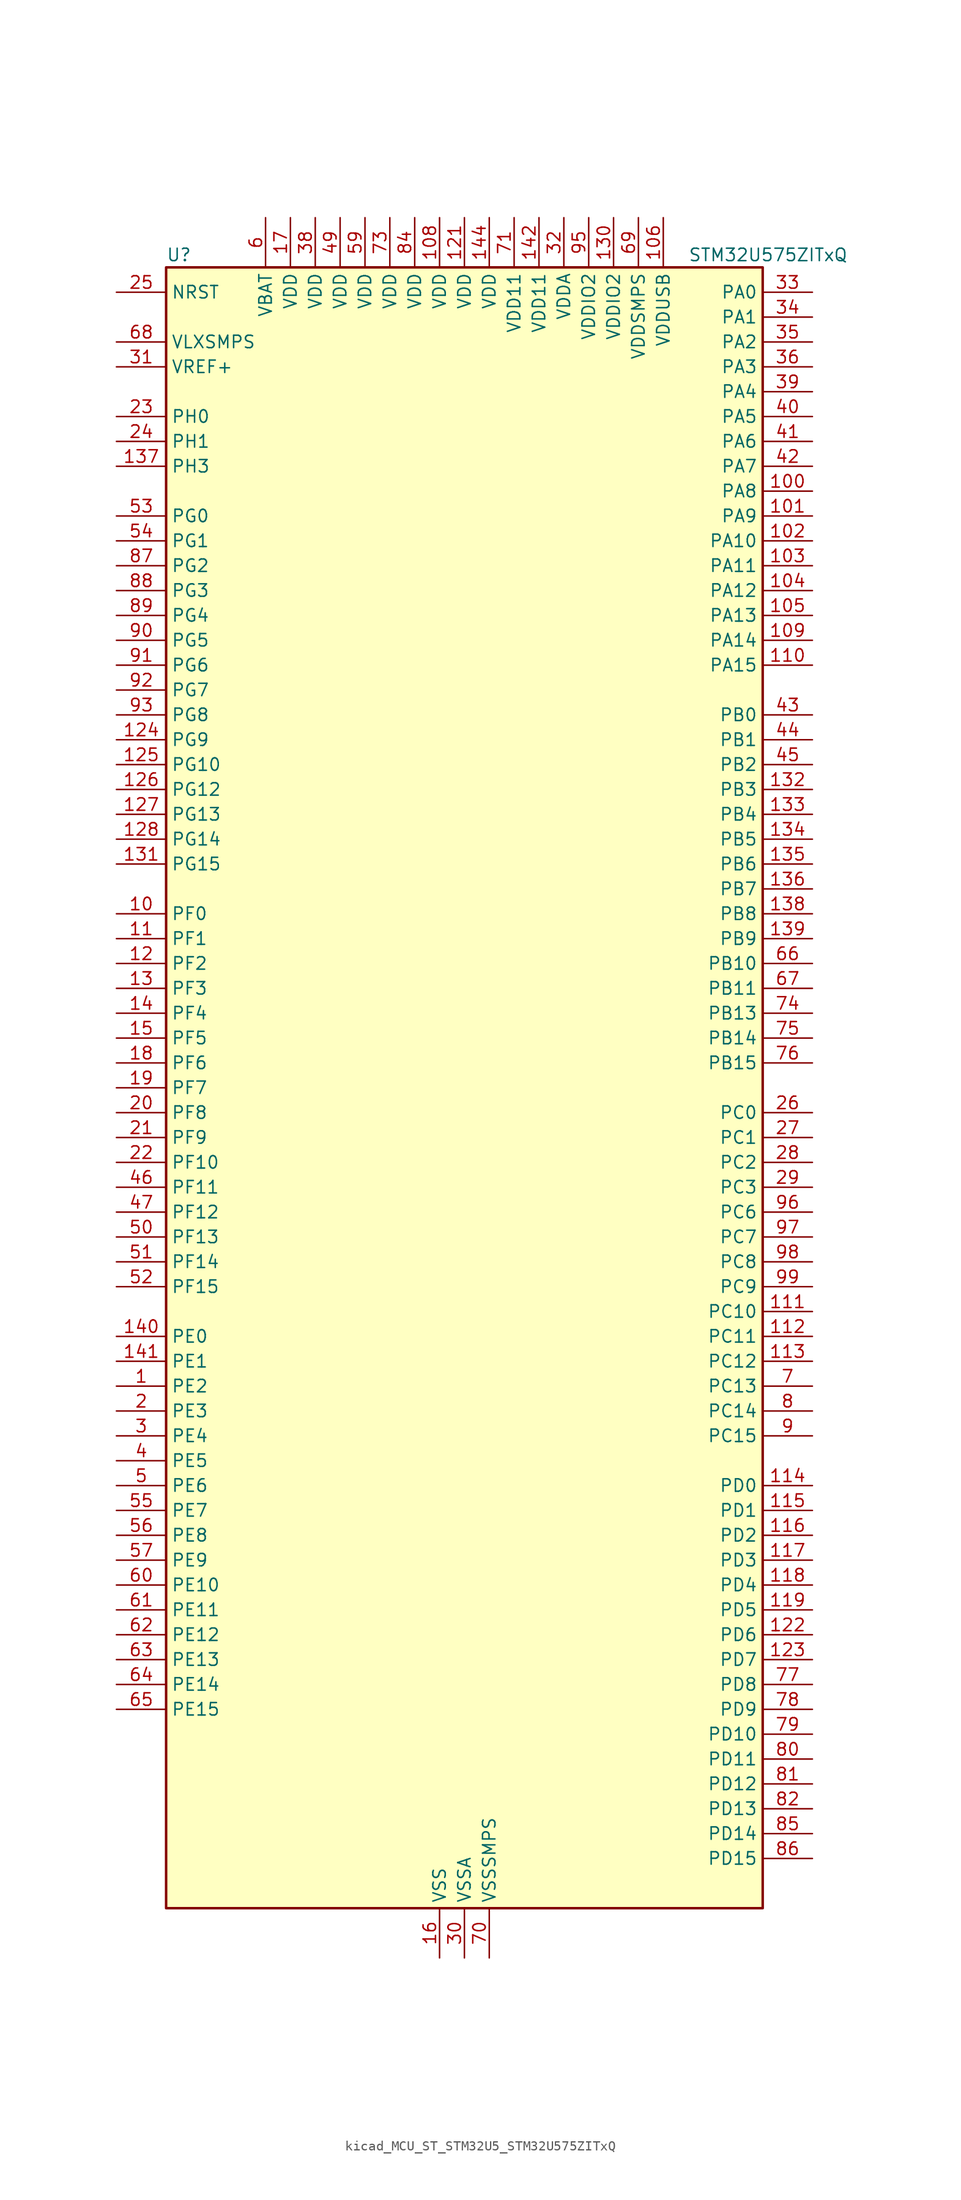
<source format=kicad_sym>
(kicad_symbol_lib
  (version 20220914)
  (generator kicad_symbol_editor)
  (symbol "kicad_MCU_ST_STM32U5_STM32U575ZITxQ"
    (property "Reference" "U"
      (at -30.48 85.09 0)
      (effects (font (size 1.27 1.27)) (justify left)))
    (property "Value" "STM32U575ZITxQ"
      (at 22.86 85.09 0)
      (effects (font (size 1.27 1.27)) (justify left)))
    (property "ki_locked" ""
      (at 0 0 0)
      (effects (font (size 1.27 1.27))))
    (symbol "kicad_MCU_ST_STM32U5_STM32U575ZITxQ_0_1"
      (rectangle (start -30.48 -83.82) (end 30.48 83.82) (stroke (width 0.254) (type default)) (fill (type background))))
    (symbol "kicad_MCU_ST_STM32U5_STM32U575ZITxQ_1_1"
      (pin bidirectional line (at -35.56 -30.48 0) (length 5.08) (name "PE2" (effects (font (size 1.27 1.27)))) (number "1" (effects (font (size 1.27 1.27)))) (alternate "DEBUG_TRACECLK" bidirectional line) (alternate "FMC_A23" bidirectional line) (alternate "SAI1_CK1" bidirectional line) (alternate "SAI1_MCLK_A" bidirectional line) (alternate "TIM3_ETR" bidirectional line) (alternate "TSC_G7_IO1" bidirectional line))
      (pin bidirectional line (at -35.56 17.78 0) (length 5.08) (name "PF0" (effects (font (size 1.27 1.27)))) (number "10" (effects (font (size 1.27 1.27)))) (alternate "FMC_A0" bidirectional line) (alternate "I2C2_SDA" bidirectional line) (alternate "OCTOSPIM_P2_IO0" bidirectional line))
      (pin bidirectional line (at 35.56 60.96 180) (length 5.08) (name "PA8" (effects (font (size 1.27 1.27)))) (number "100" (effects (font (size 1.27 1.27)))) (alternate "DEBUG_TRACECLK" bidirectional line) (alternate "LPTIM2_CH1" bidirectional line) (alternate "RCC_MCO" bidirectional line) (alternate "SAI1_CK2" bidirectional line) (alternate "SAI1_SCK_A" bidirectional line) (alternate "SPI1_RDY" bidirectional line) (alternate "TIM1_CH1" bidirectional line) (alternate "USART1_CK" bidirectional line) (alternate "USB_OTG_FS_SOF" bidirectional line))
      (pin bidirectional line (at 35.56 58.42 180) (length 5.08) (name "PA9" (effects (font (size 1.27 1.27)))) (number "101" (effects (font (size 1.27 1.27)))) (alternate "DAC1_EXTI9" bidirectional line) (alternate "DCMI_D0" bidirectional line) (alternate "PSSI_D0" bidirectional line) (alternate "SAI1_FS_A" bidirectional line) (alternate "SPI2_SCK" bidirectional line) (alternate "TIM15_BKIN" bidirectional line) (alternate "TIM1_CH2" bidirectional line) (alternate "USART1_TX" bidirectional line) (alternate "USB_OTG_FS_VBUS" bidirectional line))
      (pin bidirectional line (at 35.56 55.88 180) (length 5.08) (name "PA10" (effects (font (size 1.27 1.27)))) (number "102" (effects (font (size 1.27 1.27)))) (alternate "CRS_SYNC" bidirectional line) (alternate "DCMI_D1" bidirectional line) (alternate "LPTIM2_IN2" bidirectional line) (alternate "PSSI_D1" bidirectional line) (alternate "SAI1_D1" bidirectional line) (alternate "SAI1_SD_A" bidirectional line) (alternate "TIM17_BKIN" bidirectional line) (alternate "TIM1_CH3" bidirectional line) (alternate "USART1_RX" bidirectional line) (alternate "USB_OTG_FS_ID" bidirectional line))
      (pin bidirectional line (at 35.56 53.34 180) (length 5.08) (name "PA11" (effects (font (size 1.27 1.27)))) (number "103" (effects (font (size 1.27 1.27)))) (alternate "ADC1_EXTI11" bidirectional line) (alternate "FDCAN1_RX" bidirectional line) (alternate "SPI1_MISO" bidirectional line) (alternate "TIM1_BKIN2" bidirectional line) (alternate "TIM1_CH4" bidirectional line) (alternate "USART1_CTS" bidirectional line) (alternate "USB_OTG_FS_DM" bidirectional line))
      (pin bidirectional line (at 35.56 50.8 180) (length 5.08) (name "PA12" (effects (font (size 1.27 1.27)))) (number "104" (effects (font (size 1.27 1.27)))) (alternate "FDCAN1_TX" bidirectional line) (alternate "OCTOSPIM_P2_NCS" bidirectional line) (alternate "SPI1_MOSI" bidirectional line) (alternate "TIM1_ETR" bidirectional line) (alternate "USART1_DE" bidirectional line) (alternate "USART1_RTS" bidirectional line) (alternate "USB_OTG_FS_DP" bidirectional line))
      (pin bidirectional line (at 35.56 48.26 180) (length 5.08) (name "PA13" (effects (font (size 1.27 1.27)))) (number "105" (effects (font (size 1.27 1.27)))) (alternate "DEBUG_JTMS-SWDIO" bidirectional line) (alternate "IR_OUT" bidirectional line) (alternate "SAI1_SD_B" bidirectional line) (alternate "USB_OTG_FS_NOE" bidirectional line))
      (pin power_in line (at 20.32 88.9 270) (length 5.08) (name "VDDUSB" (effects (font (size 1.27 1.27)))) (number "106" (effects (font (size 1.27 1.27)))))
      (pin passive line (at -2.54 -88.9 90) (length 5.08) hide (name "VSS" (effects (font (size 1.27 1.27)))) (number "107" (effects (font (size 1.27 1.27)))))
      (pin power_in line (at -2.54 88.9 270) (length 5.08) (name "VDD" (effects (font (size 1.27 1.27)))) (number "108" (effects (font (size 1.27 1.27)))))
      (pin bidirectional line (at 35.56 45.72 180) (length 5.08) (name "PA14" (effects (font (size 1.27 1.27)))) (number "109" (effects (font (size 1.27 1.27)))) (alternate "DEBUG_JTCK-SWCLK" bidirectional line) (alternate "I2C1_SMBA" bidirectional line) (alternate "I2C4_SMBA" bidirectional line) (alternate "LPTIM1_CH1" bidirectional line) (alternate "SAI1_FS_B" bidirectional line) (alternate "USB_OTG_FS_SOF" bidirectional line))
      (pin bidirectional line (at -35.56 15.24 0) (length 5.08) (name "PF1" (effects (font (size 1.27 1.27)))) (number "11" (effects (font (size 1.27 1.27)))) (alternate "FMC_A1" bidirectional line) (alternate "I2C2_SCL" bidirectional line) (alternate "OCTOSPIM_P2_IO1" bidirectional line))
      (pin bidirectional line (at 35.56 43.18 180) (length 5.08) (name "PA15" (effects (font (size 1.27 1.27)))) (number "110" (effects (font (size 1.27 1.27)))) (alternate "ADC1_EXTI15" bidirectional line) (alternate "ADC4_EXTI15" bidirectional line) (alternate "DEBUG_JTDI" bidirectional line) (alternate "SAI2_FS_B" bidirectional line) (alternate "SPI1_NSS" bidirectional line) (alternate "SPI3_NSS" bidirectional line) (alternate "TIM2_CH1" bidirectional line) (alternate "TIM2_ETR" bidirectional line) (alternate "UART4_DE" bidirectional line) (alternate "UART4_RTS" bidirectional line) (alternate "UCPD1_CC1" bidirectional line) (alternate "USART2_RX" bidirectional line) (alternate "USART3_DE" bidirectional line) (alternate "USART3_RTS" bidirectional line))
      (pin bidirectional line (at 35.56 -22.86 180) (length 5.08) (name "PC10" (effects (font (size 1.27 1.27)))) (number "111" (effects (font (size 1.27 1.27)))) (alternate "ADF1_CCK1" bidirectional line) (alternate "DCMI_D8" bidirectional line) (alternate "DEBUG_TRACED1" bidirectional line) (alternate "LPTIM3_ETR" bidirectional line) (alternate "PSSI_D8" bidirectional line) (alternate "SAI2_SCK_B" bidirectional line) (alternate "SDMMC1_D2" bidirectional line) (alternate "SPI3_SCK" bidirectional line) (alternate "TSC_G3_IO2" bidirectional line) (alternate "UART4_TX" bidirectional line) (alternate "USART3_TX" bidirectional line))
      (pin bidirectional line (at 35.56 -25.4 180) (length 5.08) (name "PC11" (effects (font (size 1.27 1.27)))) (number "112" (effects (font (size 1.27 1.27)))) (alternate "ADC1_EXTI11" bidirectional line) (alternate "ADF1_SDI0" bidirectional line) (alternate "DCMI_D2" bidirectional line) (alternate "DCMI_D4" bidirectional line) (alternate "LPTIM3_IN1" bidirectional line) (alternate "OCTOSPIM_P1_NCS" bidirectional line) (alternate "PSSI_D2" bidirectional line) (alternate "PSSI_D4" bidirectional line) (alternate "SAI2_MCLK_B" bidirectional line) (alternate "SDMMC1_D3" bidirectional line) (alternate "SPI3_MISO" bidirectional line) (alternate "TSC_G3_IO3" bidirectional line) (alternate "UART4_RX" bidirectional line) (alternate "UCPD1_FRSTX2" bidirectional line) (alternate "USART3_RX" bidirectional line))
      (pin bidirectional line (at 35.56 -27.94 180) (length 5.08) (name "PC12" (effects (font (size 1.27 1.27)))) (number "113" (effects (font (size 1.27 1.27)))) (alternate "DCMI_D9" bidirectional line) (alternate "DEBUG_TRACED3" bidirectional line) (alternate "PSSI_D9" bidirectional line) (alternate "SAI2_SD_B" bidirectional line) (alternate "SDMMC1_CK" bidirectional line) (alternate "SPI3_MOSI" bidirectional line) (alternate "TSC_G3_IO4" bidirectional line) (alternate "UART5_TX" bidirectional line) (alternate "USART3_CK" bidirectional line))
      (pin bidirectional line (at 35.56 -40.64 180) (length 5.08) (name "PD0" (effects (font (size 1.27 1.27)))) (number "114" (effects (font (size 1.27 1.27)))) (alternate "FDCAN1_RX" bidirectional line) (alternate "FMC_D2" bidirectional line) (alternate "FMC_DA2" bidirectional line) (alternate "SPI2_NSS" bidirectional line) (alternate "TIM8_CH4N" bidirectional line))
      (pin bidirectional line (at 35.56 -43.18 180) (length 5.08) (name "PD1" (effects (font (size 1.27 1.27)))) (number "115" (effects (font (size 1.27 1.27)))) (alternate "FDCAN1_TX" bidirectional line) (alternate "FMC_D3" bidirectional line) (alternate "FMC_DA3" bidirectional line) (alternate "SPI2_SCK" bidirectional line))
      (pin bidirectional line (at 35.56 -45.72 180) (length 5.08) (name "PD2" (effects (font (size 1.27 1.27)))) (number "116" (effects (font (size 1.27 1.27)))) (alternate "DCMI_D11" bidirectional line) (alternate "DEBUG_TRACED2" bidirectional line) (alternate "LPTIM4_ETR" bidirectional line) (alternate "PSSI_D11" bidirectional line) (alternate "SDMMC1_CMD" bidirectional line) (alternate "TIM3_ETR" bidirectional line) (alternate "TSC_SYNC" bidirectional line) (alternate "UART5_RX" bidirectional line) (alternate "USART3_DE" bidirectional line) (alternate "USART3_RTS" bidirectional line))
      (pin bidirectional line (at 35.56 -48.26 180) (length 5.08) (name "PD3" (effects (font (size 1.27 1.27)))) (number "117" (effects (font (size 1.27 1.27)))) (alternate "DCMI_D5" bidirectional line) (alternate "FMC_CLK" bidirectional line) (alternate "MDF1_SDI0" bidirectional line) (alternate "OCTOSPIM_P2_NCS" bidirectional line) (alternate "PSSI_D5" bidirectional line) (alternate "SPI2_MISO" bidirectional line) (alternate "SPI2_SCK" bidirectional line) (alternate "USART2_CTS" bidirectional line))
      (pin bidirectional line (at 35.56 -50.8 180) (length 5.08) (name "PD4" (effects (font (size 1.27 1.27)))) (number "118" (effects (font (size 1.27 1.27)))) (alternate "FMC_NOE" bidirectional line) (alternate "MDF1_CKI0" bidirectional line) (alternate "OCTOSPIM_P1_IO4" bidirectional line) (alternate "SPI2_MOSI" bidirectional line) (alternate "USART2_DE" bidirectional line) (alternate "USART2_RTS" bidirectional line))
      (pin bidirectional line (at 35.56 -53.34 180) (length 5.08) (name "PD5" (effects (font (size 1.27 1.27)))) (number "119" (effects (font (size 1.27 1.27)))) (alternate "FMC_NWE" bidirectional line) (alternate "OCTOSPIM_P1_IO5" bidirectional line) (alternate "SPI2_RDY" bidirectional line) (alternate "USART2_TX" bidirectional line))
      (pin bidirectional line (at -35.56 12.7 0) (length 5.08) (name "PF2" (effects (font (size 1.27 1.27)))) (number "12" (effects (font (size 1.27 1.27)))) (alternate "FMC_A2" bidirectional line) (alternate "I2C2_SMBA" bidirectional line) (alternate "LPTIM3_CH2" bidirectional line) (alternate "OCTOSPIM_P2_IO2" bidirectional line) (alternate "PWR_WKUP8" bidirectional line))
      (pin passive line (at -2.54 -88.9 90) (length 5.08) hide (name "VSS" (effects (font (size 1.27 1.27)))) (number "120" (effects (font (size 1.27 1.27)))))
      (pin power_in line (at 0 88.9 270) (length 5.08) (name "VDD" (effects (font (size 1.27 1.27)))) (number "121" (effects (font (size 1.27 1.27)))))
      (pin bidirectional line (at 35.56 -55.88 180) (length 5.08) (name "PD6" (effects (font (size 1.27 1.27)))) (number "122" (effects (font (size 1.27 1.27)))) (alternate "DCMI_D10" bidirectional line) (alternate "FMC_NWAIT" bidirectional line) (alternate "MDF1_SDI1" bidirectional line) (alternate "OCTOSPIM_P1_IO6" bidirectional line) (alternate "PSSI_D10" bidirectional line) (alternate "SAI1_D1" bidirectional line) (alternate "SAI1_SD_A" bidirectional line) (alternate "SDMMC2_CK" bidirectional line) (alternate "SPI3_MOSI" bidirectional line) (alternate "USART2_RX" bidirectional line))
      (pin bidirectional line (at 35.56 -58.42 180) (length 5.08) (name "PD7" (effects (font (size 1.27 1.27)))) (number "123" (effects (font (size 1.27 1.27)))) (alternate "FMC_NCE" bidirectional line) (alternate "FMC_NE1" bidirectional line) (alternate "LPTIM4_OUT" bidirectional line) (alternate "MDF1_CKI1" bidirectional line) (alternate "OCTOSPIM_P1_IO7" bidirectional line) (alternate "SDMMC2_CMD" bidirectional line) (alternate "USART2_CK" bidirectional line))
      (pin bidirectional line (at -35.56 35.56 0) (length 5.08) (name "PG9" (effects (font (size 1.27 1.27)))) (number "124" (effects (font (size 1.27 1.27)))) (alternate "DAC1_EXTI9" bidirectional line) (alternate "FMC_NCE" bidirectional line) (alternate "FMC_NE2" bidirectional line) (alternate "OCTOSPIM_P2_IO6" bidirectional line) (alternate "SAI2_SCK_A" bidirectional line) (alternate "SPI3_SCK" bidirectional line) (alternate "TIM15_CH1N" bidirectional line) (alternate "USART1_TX" bidirectional line))
      (pin bidirectional line (at -35.56 33.02 0) (length 5.08) (name "PG10" (effects (font (size 1.27 1.27)))) (number "125" (effects (font (size 1.27 1.27)))) (alternate "FMC_NE3" bidirectional line) (alternate "LPTIM1_IN1" bidirectional line) (alternate "OCTOSPIM_P2_IO7" bidirectional line) (alternate "SAI2_FS_A" bidirectional line) (alternate "SPI3_MISO" bidirectional line) (alternate "TIM15_CH1" bidirectional line) (alternate "USART1_RX" bidirectional line))
      (pin bidirectional line (at -35.56 30.48 0) (length 5.08) (name "PG12" (effects (font (size 1.27 1.27)))) (number "126" (effects (font (size 1.27 1.27)))) (alternate "FMC_NE4" bidirectional line) (alternate "LPTIM1_ETR" bidirectional line) (alternate "OCTOSPIM_P2_NCS" bidirectional line) (alternate "SAI2_SD_A" bidirectional line) (alternate "SPI3_NSS" bidirectional line) (alternate "USART1_DE" bidirectional line) (alternate "USART1_RTS" bidirectional line))
      (pin bidirectional line (at -35.56 27.94 0) (length 5.08) (name "PG13" (effects (font (size 1.27 1.27)))) (number "127" (effects (font (size 1.27 1.27)))) (alternate "FMC_A24" bidirectional line) (alternate "I2C1_SDA" bidirectional line) (alternate "SPI3_RDY" bidirectional line) (alternate "USART1_CK" bidirectional line))
      (pin bidirectional line (at -35.56 25.4 0) (length 5.08) (name "PG14" (effects (font (size 1.27 1.27)))) (number "128" (effects (font (size 1.27 1.27)))) (alternate "FMC_A25" bidirectional line) (alternate "I2C1_SCL" bidirectional line) (alternate "LPTIM1_CH2" bidirectional line))
      (pin passive line (at -2.54 -88.9 90) (length 5.08) hide (name "VSS" (effects (font (size 1.27 1.27)))) (number "129" (effects (font (size 1.27 1.27)))))
      (pin bidirectional line (at -35.56 10.16 0) (length 5.08) (name "PF3" (effects (font (size 1.27 1.27)))) (number "13" (effects (font (size 1.27 1.27)))) (alternate "FMC_A3" bidirectional line) (alternate "LPTIM3_IN1" bidirectional line) (alternate "OCTOSPIM_P2_IO3" bidirectional line))
      (pin power_in line (at 15.24 88.9 270) (length 5.08) (name "VDDIO2" (effects (font (size 1.27 1.27)))) (number "130" (effects (font (size 1.27 1.27)))))
      (pin bidirectional line (at -35.56 22.86 0) (length 5.08) (name "PG15" (effects (font (size 1.27 1.27)))) (number "131" (effects (font (size 1.27 1.27)))) (alternate "ADC1_EXTI15" bidirectional line) (alternate "ADC4_EXTI15" bidirectional line) (alternate "DCMI_D13" bidirectional line) (alternate "I2C1_SMBA" bidirectional line) (alternate "LPTIM1_CH1" bidirectional line) (alternate "OCTOSPIM_P2_DQS" bidirectional line) (alternate "PSSI_D13" bidirectional line))
      (pin bidirectional line (at 35.56 30.48 180) (length 5.08) (name "PB3" (effects (font (size 1.27 1.27)))) (number "132" (effects (font (size 1.27 1.27)))) (alternate "ADF1_CCK0" bidirectional line) (alternate "COMP2_INM" bidirectional line) (alternate "CRS_SYNC" bidirectional line) (alternate "DEBUG_JTDO-SWO" bidirectional line) (alternate "I2C1_SDA" bidirectional line) (alternate "LPTIM1_CH1" bidirectional line) (alternate "SAI1_SCK_B" bidirectional line) (alternate "SDMMC2_D2" bidirectional line) (alternate "SPI1_SCK" bidirectional line) (alternate "SPI3_SCK" bidirectional line) (alternate "TIM2_CH2" bidirectional line) (alternate "USART1_DE" bidirectional line) (alternate "USART1_RTS" bidirectional line))
      (pin bidirectional line (at 35.56 27.94 180) (length 5.08) (name "PB4" (effects (font (size 1.27 1.27)))) (number "133" (effects (font (size 1.27 1.27)))) (alternate "ADF1_SDI0" bidirectional line) (alternate "COMP2_INP" bidirectional line) (alternate "DCMI_D12" bidirectional line) (alternate "DEBUG_JTRST" bidirectional line) (alternate "I2C3_SDA" bidirectional line) (alternate "LPTIM1_CH2" bidirectional line) (alternate "PSSI_D12" bidirectional line) (alternate "SAI1_MCLK_B" bidirectional line) (alternate "SDMMC2_D3" bidirectional line) (alternate "SPI1_MISO" bidirectional line) (alternate "SPI3_MISO" bidirectional line) (alternate "TIM17_BKIN" bidirectional line) (alternate "TIM3_CH1" bidirectional line) (alternate "TSC_G2_IO1" bidirectional line) (alternate "UART5_DE" bidirectional line) (alternate "UART5_RTS" bidirectional line) (alternate "USART1_CTS" bidirectional line))
      (pin bidirectional line (at 35.56 25.4 180) (length 5.08) (name "PB5" (effects (font (size 1.27 1.27)))) (number "134" (effects (font (size 1.27 1.27)))) (alternate "COMP2_OUT" bidirectional line) (alternate "DCMI_D10" bidirectional line) (alternate "I2C1_SMBA" bidirectional line) (alternate "LPTIM1_IN1" bidirectional line) (alternate "OCTOSPIM_P1_NCLK" bidirectional line) (alternate "PSSI_D10" bidirectional line) (alternate "PWR_WKUP6" bidirectional line) (alternate "SAI1_SD_B" bidirectional line) (alternate "SPI1_MOSI" bidirectional line) (alternate "SPI3_MOSI" bidirectional line) (alternate "TIM16_BKIN" bidirectional line) (alternate "TIM3_CH2" bidirectional line) (alternate "TSC_G2_IO2" bidirectional line) (alternate "UART5_CTS" bidirectional line) (alternate "UCPD1_DBCC1" bidirectional line) (alternate "USART1_CK" bidirectional line))
      (pin bidirectional line (at 35.56 22.86 180) (length 5.08) (name "PB6" (effects (font (size 1.27 1.27)))) (number "135" (effects (font (size 1.27 1.27)))) (alternate "COMP2_INP" bidirectional line) (alternate "DCMI_D5" bidirectional line) (alternate "I2C1_SCL" bidirectional line) (alternate "I2C4_SCL" bidirectional line) (alternate "LPTIM1_ETR" bidirectional line) (alternate "MDF1_SDI5" bidirectional line) (alternate "PSSI_D5" bidirectional line) (alternate "PWR_WKUP3" bidirectional line) (alternate "SAI1_FS_B" bidirectional line) (alternate "TIM16_CH1N" bidirectional line) (alternate "TIM4_CH1" bidirectional line) (alternate "TIM8_BKIN2" bidirectional line) (alternate "TSC_G2_IO3" bidirectional line) (alternate "USART1_TX" bidirectional line))
      (pin bidirectional line (at 35.56 20.32 180) (length 5.08) (name "PB7" (effects (font (size 1.27 1.27)))) (number "136" (effects (font (size 1.27 1.27)))) (alternate "COMP2_INM" bidirectional line) (alternate "DCMI_VSYNC" bidirectional line) (alternate "FMC_NL" bidirectional line) (alternate "I2C1_SDA" bidirectional line) (alternate "I2C4_SDA" bidirectional line) (alternate "LPTIM1_IN2" bidirectional line) (alternate "MDF1_CKI5" bidirectional line) (alternate "PSSI_RDY" bidirectional line) (alternate "PWR_PVD_IN" bidirectional line) (alternate "PWR_WKUP4" bidirectional line) (alternate "TIM17_CH1N" bidirectional line) (alternate "TIM4_CH2" bidirectional line) (alternate "TIM8_BKIN" bidirectional line) (alternate "TSC_G2_IO4" bidirectional line) (alternate "UART4_CTS" bidirectional line) (alternate "USART1_RX" bidirectional line))
      (pin bidirectional line (at -35.56 63.5 0) (length 5.08) (name "PH3" (effects (font (size 1.27 1.27)))) (number "137" (effects (font (size 1.27 1.27)))))
      (pin bidirectional line (at 35.56 17.78 180) (length 5.08) (name "PB8" (effects (font (size 1.27 1.27)))) (number "138" (effects (font (size 1.27 1.27)))) (alternate "DCMI_D6" bidirectional line) (alternate "FDCAN1_RX" bidirectional line) (alternate "I2C1_SCL" bidirectional line) (alternate "MDF1_CCK0" bidirectional line) (alternate "PSSI_D6" bidirectional line) (alternate "PWR_WKUP5" bidirectional line) (alternate "SAI1_CK1" bidirectional line) (alternate "SAI1_MCLK_A" bidirectional line) (alternate "SDMMC1_CKIN" bidirectional line) (alternate "SDMMC1_D4" bidirectional line) (alternate "SDMMC2_D4" bidirectional line) (alternate "SPI3_RDY" bidirectional line) (alternate "TIM16_CH1" bidirectional line) (alternate "TIM4_CH3" bidirectional line))
      (pin bidirectional line (at 35.56 15.24 180) (length 5.08) (name "PB9" (effects (font (size 1.27 1.27)))) (number "139" (effects (font (size 1.27 1.27)))) (alternate "DAC1_EXTI9" bidirectional line) (alternate "DCMI_D7" bidirectional line) (alternate "FDCAN1_TX" bidirectional line) (alternate "I2C1_SDA" bidirectional line) (alternate "IR_OUT" bidirectional line) (alternate "PSSI_D7" bidirectional line) (alternate "SAI1_D2" bidirectional line) (alternate "SAI1_FS_A" bidirectional line) (alternate "SDMMC1_CDIR" bidirectional line) (alternate "SDMMC1_D5" bidirectional line) (alternate "SDMMC2_D5" bidirectional line) (alternate "SPI2_NSS" bidirectional line) (alternate "TIM17_CH1" bidirectional line) (alternate "TIM4_CH4" bidirectional line))
      (pin bidirectional line (at -35.56 7.62 0) (length 5.08) (name "PF4" (effects (font (size 1.27 1.27)))) (number "14" (effects (font (size 1.27 1.27)))) (alternate "FMC_A4" bidirectional line) (alternate "LPTIM3_ETR" bidirectional line) (alternate "OCTOSPIM_P2_CLK" bidirectional line))
      (pin bidirectional line (at -35.56 -25.4 0) (length 5.08) (name "PE0" (effects (font (size 1.27 1.27)))) (number "140" (effects (font (size 1.27 1.27)))) (alternate "DCMI_D2" bidirectional line) (alternate "FMC_NBL0" bidirectional line) (alternate "PSSI_D2" bidirectional line) (alternate "TIM16_CH1" bidirectional line) (alternate "TIM4_ETR" bidirectional line))
      (pin bidirectional line (at -35.56 -27.94 0) (length 5.08) (name "PE1" (effects (font (size 1.27 1.27)))) (number "141" (effects (font (size 1.27 1.27)))) (alternate "DCMI_D3" bidirectional line) (alternate "FMC_NBL1" bidirectional line) (alternate "PSSI_D3" bidirectional line) (alternate "TIM17_CH1" bidirectional line))
      (pin power_in line (at 7.62 88.9 270) (length 5.08) (name "VDD11" (effects (font (size 1.27 1.27)))) (number "142" (effects (font (size 1.27 1.27)))))
      (pin passive line (at -2.54 -88.9 90) (length 5.08) hide (name "VSS" (effects (font (size 1.27 1.27)))) (number "143" (effects (font (size 1.27 1.27)))))
      (pin power_in line (at 2.54 88.9 270) (length 5.08) (name "VDD" (effects (font (size 1.27 1.27)))) (number "144" (effects (font (size 1.27 1.27)))))
      (pin bidirectional line (at -35.56 5.08 0) (length 5.08) (name "PF5" (effects (font (size 1.27 1.27)))) (number "15" (effects (font (size 1.27 1.27)))) (alternate "FMC_A5" bidirectional line) (alternate "LPTIM3_CH1" bidirectional line) (alternate "OCTOSPIM_P2_NCLK" bidirectional line))
      (pin power_in line (at -2.54 -88.9 90) (length 5.08) (name "VSS" (effects (font (size 1.27 1.27)))) (number "16" (effects (font (size 1.27 1.27)))))
      (pin power_in line (at -17.78 88.9 270) (length 5.08) (name "VDD" (effects (font (size 1.27 1.27)))) (number "17" (effects (font (size 1.27 1.27)))))
      (pin bidirectional line (at -35.56 2.54 0) (length 5.08) (name "PF6" (effects (font (size 1.27 1.27)))) (number "18" (effects (font (size 1.27 1.27)))) (alternate "DCMI_D12" bidirectional line) (alternate "OCTOSPIM_P1_IO3" bidirectional line) (alternate "OCTOSPIM_P2_NCS" bidirectional line) (alternate "PSSI_D12" bidirectional line) (alternate "SAI1_SD_B" bidirectional line) (alternate "TIM5_CH1" bidirectional line) (alternate "TIM5_ETR" bidirectional line))
      (pin bidirectional line (at -35.56 0 0) (length 5.08) (name "PF7" (effects (font (size 1.27 1.27)))) (number "19" (effects (font (size 1.27 1.27)))) (alternate "FDCAN1_RX" bidirectional line) (alternate "OCTOSPIM_P1_IO2" bidirectional line) (alternate "SAI1_MCLK_B" bidirectional line) (alternate "TIM5_CH2" bidirectional line))
      (pin bidirectional line (at -35.56 -33.02 0) (length 5.08) (name "PE3" (effects (font (size 1.27 1.27)))) (number "2" (effects (font (size 1.27 1.27)))) (alternate "DEBUG_TRACED0" bidirectional line) (alternate "FMC_A19" bidirectional line) (alternate "OCTOSPIM_P1_DQS" bidirectional line) (alternate "SAI1_SD_B" bidirectional line) (alternate "TAMP_IN6" bidirectional line) (alternate "TAMP_OUT3" bidirectional line) (alternate "TIM3_CH1" bidirectional line) (alternate "TSC_G7_IO2" bidirectional line))
      (pin bidirectional line (at -35.56 -2.54 0) (length 5.08) (name "PF8" (effects (font (size 1.27 1.27)))) (number "20" (effects (font (size 1.27 1.27)))) (alternate "FDCAN1_TX" bidirectional line) (alternate "OCTOSPIM_P1_IO0" bidirectional line) (alternate "PSSI_D14" bidirectional line) (alternate "SAI1_SCK_B" bidirectional line) (alternate "TIM5_CH3" bidirectional line))
      (pin bidirectional line (at -35.56 -5.08 0) (length 5.08) (name "PF9" (effects (font (size 1.27 1.27)))) (number "21" (effects (font (size 1.27 1.27)))) (alternate "DAC1_EXTI9" bidirectional line) (alternate "OCTOSPIM_P1_IO1" bidirectional line) (alternate "PSSI_D15" bidirectional line) (alternate "SAI1_FS_B" bidirectional line) (alternate "TIM15_CH1" bidirectional line) (alternate "TIM5_CH4" bidirectional line))
      (pin bidirectional line (at -35.56 -7.62 0) (length 5.08) (name "PF10" (effects (font (size 1.27 1.27)))) (number "22" (effects (font (size 1.27 1.27)))) (alternate "DCMI_D11" bidirectional line) (alternate "MDF1_CCK1" bidirectional line) (alternate "OCTOSPIM_P1_CLK" bidirectional line) (alternate "PSSI_D11" bidirectional line) (alternate "PSSI_D15" bidirectional line) (alternate "SAI1_D3" bidirectional line) (alternate "TIM15_CH2" bidirectional line))
      (pin bidirectional line (at -35.56 68.58 0) (length 5.08) (name "PH0" (effects (font (size 1.27 1.27)))) (number "23" (effects (font (size 1.27 1.27)))) (alternate "RCC_OSC_IN" bidirectional line))
      (pin bidirectional line (at -35.56 66.04 0) (length 5.08) (name "PH1" (effects (font (size 1.27 1.27)))) (number "24" (effects (font (size 1.27 1.27)))) (alternate "RCC_OSC_OUT" bidirectional line))
      (pin input line (at -35.56 81.28 0) (length 5.08) (name "NRST" (effects (font (size 1.27 1.27)))) (number "25" (effects (font (size 1.27 1.27)))))
      (pin bidirectional line (at 35.56 -2.54 180) (length 5.08) (name "PC0" (effects (font (size 1.27 1.27)))) (number "26" (effects (font (size 1.27 1.27)))) (alternate "ADC1_IN1" bidirectional line) (alternate "ADC4_IN1" bidirectional line) (alternate "I2C3_SCL" bidirectional line) (alternate "LPTIM1_IN1" bidirectional line) (alternate "LPTIM2_IN1" bidirectional line) (alternate "LPUART1_RX" bidirectional line) (alternate "MDF1_SDI4" bidirectional line) (alternate "OCTOSPIM_P1_IO7" bidirectional line) (alternate "SAI2_FS_A" bidirectional line) (alternate "SDMMC1_D5" bidirectional line) (alternate "SPI2_RDY" bidirectional line))
      (pin bidirectional line (at 35.56 -5.08 180) (length 5.08) (name "PC1" (effects (font (size 1.27 1.27)))) (number "27" (effects (font (size 1.27 1.27)))) (alternate "ADC1_IN2" bidirectional line) (alternate "ADC4_IN2" bidirectional line) (alternate "DEBUG_TRACED0" bidirectional line) (alternate "I2C3_SDA" bidirectional line) (alternate "LPTIM1_CH1" bidirectional line) (alternate "LPUART1_TX" bidirectional line) (alternate "MDF1_CKI4" bidirectional line) (alternate "OCTOSPIM_P1_IO4" bidirectional line) (alternate "SAI1_SD_A" bidirectional line) (alternate "SDMMC2_CK" bidirectional line) (alternate "SPI2_MOSI" bidirectional line))
      (pin bidirectional line (at 35.56 -7.62 180) (length 5.08) (name "PC2" (effects (font (size 1.27 1.27)))) (number "28" (effects (font (size 1.27 1.27)))) (alternate "ADC1_IN3" bidirectional line) (alternate "ADC4_IN3" bidirectional line) (alternate "LPTIM1_IN2" bidirectional line) (alternate "MDF1_CCK1" bidirectional line) (alternate "OCTOSPIM_P1_IO5" bidirectional line) (alternate "SPI2_MISO" bidirectional line))
      (pin bidirectional line (at 35.56 -10.16 180) (length 5.08) (name "PC3" (effects (font (size 1.27 1.27)))) (number "29" (effects (font (size 1.27 1.27)))) (alternate "ADC1_IN4" bidirectional line) (alternate "ADC4_IN4" bidirectional line) (alternate "LPTIM1_ETR" bidirectional line) (alternate "LPTIM2_ETR" bidirectional line) (alternate "LPTIM3_CH1" bidirectional line) (alternate "OCTOSPIM_P1_IO6" bidirectional line) (alternate "SAI1_D1" bidirectional line) (alternate "SAI1_SD_A" bidirectional line) (alternate "SPI2_MOSI" bidirectional line))
      (pin bidirectional line (at -35.56 -35.56 0) (length 5.08) (name "PE4" (effects (font (size 1.27 1.27)))) (number "3" (effects (font (size 1.27 1.27)))) (alternate "DCMI_D4" bidirectional line) (alternate "DEBUG_TRACED1" bidirectional line) (alternate "FMC_A20" bidirectional line) (alternate "MDF1_SDI3" bidirectional line) (alternate "PSSI_D4" bidirectional line) (alternate "PWR_WKUP1" bidirectional line) (alternate "SAI1_D2" bidirectional line) (alternate "SAI1_FS_A" bidirectional line) (alternate "TAMP_IN7" bidirectional line) (alternate "TAMP_OUT8" bidirectional line) (alternate "TIM3_CH2" bidirectional line) (alternate "TSC_G7_IO3" bidirectional line))
      (pin power_in line (at 0 -88.9 90) (length 5.08) (name "VSSA" (effects (font (size 1.27 1.27)))) (number "30" (effects (font (size 1.27 1.27)))))
      (pin input line (at -35.56 73.66 0) (length 5.08) (name "VREF+" (effects (font (size 1.27 1.27)))) (number "31" (effects (font (size 1.27 1.27)))) (alternate "VREFBUF_OUT" bidirectional line))
      (pin power_in line (at 10.16 88.9 270) (length 5.08) (name "VDDA" (effects (font (size 1.27 1.27)))) (number "32" (effects (font (size 1.27 1.27)))))
      (pin bidirectional line (at 35.56 81.28 180) (length 5.08) (name "PA0" (effects (font (size 1.27 1.27)))) (number "33" (effects (font (size 1.27 1.27)))) (alternate "ADC1_IN5" bidirectional line) (alternate "AUDIOCLK" bidirectional line) (alternate "OCTOSPIM_P2_NCS" bidirectional line) (alternate "OPAMP1_VINP" bidirectional line) (alternate "PWR_WKUP1" bidirectional line) (alternate "SDMMC2_CMD" bidirectional line) (alternate "SPI3_RDY" bidirectional line) (alternate "TAMP_IN2" bidirectional line) (alternate "TAMP_OUT1" bidirectional line) (alternate "TIM2_CH1" bidirectional line) (alternate "TIM2_ETR" bidirectional line) (alternate "TIM5_CH1" bidirectional line) (alternate "TIM8_ETR" bidirectional line) (alternate "UART4_TX" bidirectional line) (alternate "USART2_CTS" bidirectional line))
      (pin bidirectional line (at 35.56 78.74 180) (length 5.08) (name "PA1" (effects (font (size 1.27 1.27)))) (number "34" (effects (font (size 1.27 1.27)))) (alternate "ADC1_IN6" bidirectional line) (alternate "I2C1_SMBA" bidirectional line) (alternate "LPTIM1_CH2" bidirectional line) (alternate "OCTOSPIM_P1_DQS" bidirectional line) (alternate "OPAMP1_VINM" bidirectional line) (alternate "PWR_WKUP3" bidirectional line) (alternate "SPI1_SCK" bidirectional line) (alternate "TAMP_IN5" bidirectional line) (alternate "TAMP_OUT4" bidirectional line) (alternate "TIM15_CH1N" bidirectional line) (alternate "TIM2_CH2" bidirectional line) (alternate "TIM5_CH2" bidirectional line) (alternate "UART4_RX" bidirectional line) (alternate "USART2_DE" bidirectional line) (alternate "USART2_RTS" bidirectional line))
      (pin bidirectional line (at 35.56 76.2 180) (length 5.08) (name "PA2" (effects (font (size 1.27 1.27)))) (number "35" (effects (font (size 1.27 1.27)))) (alternate "ADC1_IN7" bidirectional line) (alternate "COMP1_INP" bidirectional line) (alternate "LPUART1_TX" bidirectional line) (alternate "OCTOSPIM_P1_NCS" bidirectional line) (alternate "PWR_WKUP4" bidirectional line) (alternate "RCC_LSCO" bidirectional line) (alternate "SPI1_RDY" bidirectional line) (alternate "TIM15_CH1" bidirectional line) (alternate "TIM2_CH3" bidirectional line) (alternate "TIM5_CH3" bidirectional line) (alternate "UCPD1_FRSTX1" bidirectional line) (alternate "USART2_TX" bidirectional line))
      (pin bidirectional line (at 35.56 73.66 180) (length 5.08) (name "PA3" (effects (font (size 1.27 1.27)))) (number "36" (effects (font (size 1.27 1.27)))) (alternate "ADC1_IN8" bidirectional line) (alternate "LPUART1_RX" bidirectional line) (alternate "OCTOSPIM_P1_CLK" bidirectional line) (alternate "OPAMP1_VOUT" bidirectional line) (alternate "PWR_WKUP5" bidirectional line) (alternate "SAI1_CK1" bidirectional line) (alternate "SAI1_MCLK_A" bidirectional line) (alternate "TIM15_CH2" bidirectional line) (alternate "TIM2_CH4" bidirectional line) (alternate "TIM5_CH4" bidirectional line) (alternate "USART2_RX" bidirectional line))
      (pin passive line (at -2.54 -88.9 90) (length 5.08) hide (name "VSS" (effects (font (size 1.27 1.27)))) (number "37" (effects (font (size 1.27 1.27)))))
      (pin power_in line (at -15.24 88.9 270) (length 5.08) (name "VDD" (effects (font (size 1.27 1.27)))) (number "38" (effects (font (size 1.27 1.27)))))
      (pin bidirectional line (at 35.56 71.12 180) (length 5.08) (name "PA4" (effects (font (size 1.27 1.27)))) (number "39" (effects (font (size 1.27 1.27)))) (alternate "ADC1_IN9" bidirectional line) (alternate "ADC4_IN9" bidirectional line) (alternate "DAC1_OUT1" bidirectional line) (alternate "DCMI_HSYNC" bidirectional line) (alternate "LPTIM2_CH1" bidirectional line) (alternate "OCTOSPIM_P1_NCS" bidirectional line) (alternate "PSSI_DE" bidirectional line) (alternate "PWR_WKUP2" bidirectional line) (alternate "SAI1_FS_B" bidirectional line) (alternate "SPI1_NSS" bidirectional line) (alternate "SPI3_NSS" bidirectional line) (alternate "USART2_CK" bidirectional line))
      (pin bidirectional line (at -35.56 -38.1 0) (length 5.08) (name "PE5" (effects (font (size 1.27 1.27)))) (number "4" (effects (font (size 1.27 1.27)))) (alternate "DCMI_D6" bidirectional line) (alternate "DEBUG_TRACED2" bidirectional line) (alternate "FMC_A21" bidirectional line) (alternate "MDF1_CKI3" bidirectional line) (alternate "PSSI_D6" bidirectional line) (alternate "PWR_WKUP2" bidirectional line) (alternate "SAI1_CK2" bidirectional line) (alternate "SAI1_SCK_A" bidirectional line) (alternate "TAMP_IN8" bidirectional line) (alternate "TAMP_OUT7" bidirectional line) (alternate "TIM3_CH3" bidirectional line) (alternate "TSC_G7_IO4" bidirectional line))
      (pin bidirectional line (at 35.56 68.58 180) (length 5.08) (name "PA5" (effects (font (size 1.27 1.27)))) (number "40" (effects (font (size 1.27 1.27)))) (alternate "ADC1_IN10" bidirectional line) (alternate "ADC4_IN10" bidirectional line) (alternate "DAC1_OUT2" bidirectional line) (alternate "LPTIM2_ETR" bidirectional line) (alternate "PSSI_D14" bidirectional line) (alternate "PWR_CSLEEP" bidirectional line) (alternate "PWR_WKUP6" bidirectional line) (alternate "SPI1_SCK" bidirectional line) (alternate "TIM2_CH1" bidirectional line) (alternate "TIM2_ETR" bidirectional line) (alternate "TIM8_CH1N" bidirectional line) (alternate "USART3_RX" bidirectional line))
      (pin bidirectional line (at 35.56 66.04 180) (length 5.08) (name "PA6" (effects (font (size 1.27 1.27)))) (number "41" (effects (font (size 1.27 1.27)))) (alternate "ADC1_IN11" bidirectional line) (alternate "ADC4_IN11" bidirectional line) (alternate "DCMI_PIXCLK" bidirectional line) (alternate "LPUART1_CTS" bidirectional line) (alternate "OCTOSPIM_P1_IO3" bidirectional line) (alternate "OPAMP2_VINP" bidirectional line) (alternate "PSSI_PDCK" bidirectional line) (alternate "PWR_CDSTOP" bidirectional line) (alternate "PWR_WKUP7" bidirectional line) (alternate "SPI1_MISO" bidirectional line) (alternate "TIM16_CH1" bidirectional line) (alternate "TIM1_BKIN" bidirectional line) (alternate "TIM3_CH1" bidirectional line) (alternate "TIM8_BKIN" bidirectional line) (alternate "USART3_CTS" bidirectional line))
      (pin bidirectional line (at 35.56 63.5 180) (length 5.08) (name "PA7" (effects (font (size 1.27 1.27)))) (number "42" (effects (font (size 1.27 1.27)))) (alternate "ADC1_IN12" bidirectional line) (alternate "ADC4_IN20" bidirectional line) (alternate "I2C3_SCL" bidirectional line) (alternate "LPTIM2_CH2" bidirectional line) (alternate "OCTOSPIM_P1_IO2" bidirectional line) (alternate "OPAMP2_VINM" bidirectional line) (alternate "PWR_SRDSTOP" bidirectional line) (alternate "PWR_WKUP8" bidirectional line) (alternate "SPI1_MOSI" bidirectional line) (alternate "TIM17_CH1" bidirectional line) (alternate "TIM1_CH1N" bidirectional line) (alternate "TIM3_CH2" bidirectional line) (alternate "TIM8_CH1N" bidirectional line) (alternate "USART3_TX" bidirectional line))
      (pin bidirectional line (at 35.56 38.1 180) (length 5.08) (name "PB0" (effects (font (size 1.27 1.27)))) (number "43" (effects (font (size 1.27 1.27)))) (alternate "ADC1_IN15" bidirectional line) (alternate "ADC4_IN18" bidirectional line) (alternate "AUDIOCLK" bidirectional line) (alternate "COMP1_OUT" bidirectional line) (alternate "LPTIM3_CH1" bidirectional line) (alternate "OCTOSPIM_P1_IO1" bidirectional line) (alternate "OPAMP2_VOUT" bidirectional line) (alternate "SPI1_NSS" bidirectional line) (alternate "TIM1_CH2N" bidirectional line) (alternate "TIM3_CH3" bidirectional line) (alternate "TIM8_CH2N" bidirectional line) (alternate "USART3_CK" bidirectional line))
      (pin bidirectional line (at 35.56 35.56 180) (length 5.08) (name "PB1" (effects (font (size 1.27 1.27)))) (number "44" (effects (font (size 1.27 1.27)))) (alternate "ADC1_IN16" bidirectional line) (alternate "ADC4_IN19" bidirectional line) (alternate "COMP1_INM" bidirectional line) (alternate "LPTIM2_IN1" bidirectional line) (alternate "LPTIM3_CH2" bidirectional line) (alternate "LPUART1_DE" bidirectional line) (alternate "LPUART1_RTS" bidirectional line) (alternate "MDF1_SDI0" bidirectional line) (alternate "OCTOSPIM_P1_IO0" bidirectional line) (alternate "PWR_WKUP4" bidirectional line) (alternate "TIM1_CH3N" bidirectional line) (alternate "TIM3_CH4" bidirectional line) (alternate "TIM8_CH3N" bidirectional line) (alternate "USART3_DE" bidirectional line) (alternate "USART3_RTS" bidirectional line))
      (pin bidirectional line (at 35.56 33.02 180) (length 5.08) (name "PB2" (effects (font (size 1.27 1.27)))) (number "45" (effects (font (size 1.27 1.27)))) (alternate "ADC1_IN17" bidirectional line) (alternate "COMP1_INP" bidirectional line) (alternate "I2C3_SMBA" bidirectional line) (alternate "LPTIM1_CH1" bidirectional line) (alternate "MDF1_CKI0" bidirectional line) (alternate "OCTOSPIM_P1_DQS" bidirectional line) (alternate "PWR_WKUP1" bidirectional line) (alternate "RTC_OUT2" bidirectional line) (alternate "SPI1_RDY" bidirectional line) (alternate "TIM8_CH4N" bidirectional line) (alternate "UCPD1_FRSTX1" bidirectional line))
      (pin bidirectional line (at -35.56 -10.16 0) (length 5.08) (name "PF11" (effects (font (size 1.27 1.27)))) (number "46" (effects (font (size 1.27 1.27)))) (alternate "ADC1_EXTI11" bidirectional line) (alternate "DCMI_D12" bidirectional line) (alternate "LPTIM4_IN1" bidirectional line) (alternate "OCTOSPIM_P1_NCLK" bidirectional line) (alternate "PSSI_D12" bidirectional line))
      (pin bidirectional line (at -35.56 -12.7 0) (length 5.08) (name "PF12" (effects (font (size 1.27 1.27)))) (number "47" (effects (font (size 1.27 1.27)))) (alternate "FMC_A6" bidirectional line) (alternate "LPTIM4_ETR" bidirectional line) (alternate "OCTOSPIM_P2_DQS" bidirectional line))
      (pin passive line (at -2.54 -88.9 90) (length 5.08) hide (name "VSS" (effects (font (size 1.27 1.27)))) (number "48" (effects (font (size 1.27 1.27)))))
      (pin power_in line (at -12.7 88.9 270) (length 5.08) (name "VDD" (effects (font (size 1.27 1.27)))) (number "49" (effects (font (size 1.27 1.27)))))
      (pin bidirectional line (at -35.56 -40.64 0) (length 5.08) (name "PE6" (effects (font (size 1.27 1.27)))) (number "5" (effects (font (size 1.27 1.27)))) (alternate "DCMI_D7" bidirectional line) (alternate "DEBUG_TRACED3" bidirectional line) (alternate "FMC_A22" bidirectional line) (alternate "PSSI_D7" bidirectional line) (alternate "PWR_WKUP3" bidirectional line) (alternate "SAI1_D1" bidirectional line) (alternate "SAI1_SD_A" bidirectional line) (alternate "TAMP_IN3" bidirectional line) (alternate "TAMP_OUT6" bidirectional line) (alternate "TIM3_CH4" bidirectional line))
      (pin bidirectional line (at -35.56 -15.24 0) (length 5.08) (name "PF13" (effects (font (size 1.27 1.27)))) (number "50" (effects (font (size 1.27 1.27)))) (alternate "FMC_A7" bidirectional line) (alternate "I2C4_SMBA" bidirectional line) (alternate "LPTIM4_OUT" bidirectional line) (alternate "UCPD1_FRSTX2" bidirectional line))
      (pin bidirectional line (at -35.56 -17.78 0) (length 5.08) (name "PF14" (effects (font (size 1.27 1.27)))) (number "51" (effects (font (size 1.27 1.27)))) (alternate "ADC4_IN5" bidirectional line) (alternate "FMC_A8" bidirectional line) (alternate "I2C4_SCL" bidirectional line) (alternate "TSC_G8_IO1" bidirectional line))
      (pin bidirectional line (at -35.56 -20.32 0) (length 5.08) (name "PF15" (effects (font (size 1.27 1.27)))) (number "52" (effects (font (size 1.27 1.27)))) (alternate "ADC1_EXTI15" bidirectional line) (alternate "ADC4_EXTI15" bidirectional line) (alternate "ADC4_IN6" bidirectional line) (alternate "FMC_A9" bidirectional line) (alternate "I2C4_SDA" bidirectional line) (alternate "TSC_G8_IO2" bidirectional line))
      (pin bidirectional line (at -35.56 58.42 0) (length 5.08) (name "PG0" (effects (font (size 1.27 1.27)))) (number "53" (effects (font (size 1.27 1.27)))) (alternate "ADC4_IN7" bidirectional line) (alternate "FMC_A10" bidirectional line) (alternate "OCTOSPIM_P2_IO4" bidirectional line) (alternate "TSC_G8_IO3" bidirectional line))
      (pin bidirectional line (at -35.56 55.88 0) (length 5.08) (name "PG1" (effects (font (size 1.27 1.27)))) (number "54" (effects (font (size 1.27 1.27)))) (alternate "ADC4_IN8" bidirectional line) (alternate "FMC_A11" bidirectional line) (alternate "OCTOSPIM_P2_IO5" bidirectional line) (alternate "TSC_G8_IO4" bidirectional line))
      (pin bidirectional line (at -35.56 -43.18 0) (length 5.08) (name "PE7" (effects (font (size 1.27 1.27)))) (number "55" (effects (font (size 1.27 1.27)))) (alternate "FMC_D4" bidirectional line) (alternate "FMC_DA4" bidirectional line) (alternate "MDF1_SDI2" bidirectional line) (alternate "PWR_WKUP6" bidirectional line) (alternate "SAI1_SD_B" bidirectional line) (alternate "TIM1_ETR" bidirectional line))
      (pin bidirectional line (at -35.56 -45.72 0) (length 5.08) (name "PE8" (effects (font (size 1.27 1.27)))) (number "56" (effects (font (size 1.27 1.27)))) (alternate "FMC_D5" bidirectional line) (alternate "FMC_DA5" bidirectional line) (alternate "MDF1_CKI2" bidirectional line) (alternate "PWR_WKUP7" bidirectional line) (alternate "SAI1_SCK_B" bidirectional line) (alternate "TIM1_CH1N" bidirectional line))
      (pin bidirectional line (at -35.56 -48.26 0) (length 5.08) (name "PE9" (effects (font (size 1.27 1.27)))) (number "57" (effects (font (size 1.27 1.27)))) (alternate "ADF1_CCK0" bidirectional line) (alternate "DAC1_EXTI9" bidirectional line) (alternate "FMC_D6" bidirectional line) (alternate "FMC_DA6" bidirectional line) (alternate "MDF1_CCK0" bidirectional line) (alternate "OCTOSPIM_P1_NCLK" bidirectional line) (alternate "SAI1_FS_B" bidirectional line) (alternate "TIM1_CH1" bidirectional line))
      (pin passive line (at -2.54 -88.9 90) (length 5.08) hide (name "VSS" (effects (font (size 1.27 1.27)))) (number "58" (effects (font (size 1.27 1.27)))))
      (pin power_in line (at -10.16 88.9 270) (length 5.08) (name "VDD" (effects (font (size 1.27 1.27)))) (number "59" (effects (font (size 1.27 1.27)))))
      (pin power_in line (at -20.32 88.9 270) (length 5.08) (name "VBAT" (effects (font (size 1.27 1.27)))) (number "6" (effects (font (size 1.27 1.27)))))
      (pin bidirectional line (at -35.56 -50.8 0) (length 5.08) (name "PE10" (effects (font (size 1.27 1.27)))) (number "60" (effects (font (size 1.27 1.27)))) (alternate "ADF1_SDI0" bidirectional line) (alternate "FMC_D7" bidirectional line) (alternate "FMC_DA7" bidirectional line) (alternate "MDF1_SDI4" bidirectional line) (alternate "OCTOSPIM_P1_CLK" bidirectional line) (alternate "SAI1_MCLK_B" bidirectional line) (alternate "TIM1_CH2N" bidirectional line) (alternate "TSC_G5_IO1" bidirectional line))
      (pin bidirectional line (at -35.56 -53.34 0) (length 5.08) (name "PE11" (effects (font (size 1.27 1.27)))) (number "61" (effects (font (size 1.27 1.27)))) (alternate "ADC1_EXTI11" bidirectional line) (alternate "FMC_D8" bidirectional line) (alternate "FMC_DA8" bidirectional line) (alternate "MDF1_CKI4" bidirectional line) (alternate "OCTOSPIM_P1_NCS" bidirectional line) (alternate "SPI1_RDY" bidirectional line) (alternate "TIM1_CH2" bidirectional line) (alternate "TSC_G5_IO2" bidirectional line))
      (pin bidirectional line (at -35.56 -55.88 0) (length 5.08) (name "PE12" (effects (font (size 1.27 1.27)))) (number "62" (effects (font (size 1.27 1.27)))) (alternate "FMC_D9" bidirectional line) (alternate "FMC_DA9" bidirectional line) (alternate "MDF1_SDI5" bidirectional line) (alternate "OCTOSPIM_P1_IO0" bidirectional line) (alternate "SPI1_NSS" bidirectional line) (alternate "TIM1_CH3N" bidirectional line) (alternate "TSC_G5_IO3" bidirectional line))
      (pin bidirectional line (at -35.56 -58.42 0) (length 5.08) (name "PE13" (effects (font (size 1.27 1.27)))) (number "63" (effects (font (size 1.27 1.27)))) (alternate "FMC_D10" bidirectional line) (alternate "FMC_DA10" bidirectional line) (alternate "MDF1_CKI5" bidirectional line) (alternate "OCTOSPIM_P1_IO1" bidirectional line) (alternate "SPI1_SCK" bidirectional line) (alternate "TIM1_CH3" bidirectional line) (alternate "TSC_G5_IO4" bidirectional line))
      (pin bidirectional line (at -35.56 -60.96 0) (length 5.08) (name "PE14" (effects (font (size 1.27 1.27)))) (number "64" (effects (font (size 1.27 1.27)))) (alternate "FMC_D11" bidirectional line) (alternate "FMC_DA11" bidirectional line) (alternate "OCTOSPIM_P1_IO2" bidirectional line) (alternate "SPI1_MISO" bidirectional line) (alternate "TIM1_BKIN2" bidirectional line) (alternate "TIM1_CH4" bidirectional line))
      (pin bidirectional line (at -35.56 -63.5 0) (length 5.08) (name "PE15" (effects (font (size 1.27 1.27)))) (number "65" (effects (font (size 1.27 1.27)))) (alternate "ADC1_EXTI15" bidirectional line) (alternate "ADC4_EXTI15" bidirectional line) (alternate "FMC_D12" bidirectional line) (alternate "FMC_DA12" bidirectional line) (alternate "OCTOSPIM_P1_IO3" bidirectional line) (alternate "SPI1_MOSI" bidirectional line) (alternate "TIM1_BKIN" bidirectional line) (alternate "TIM1_CH4N" bidirectional line))
      (pin bidirectional line (at 35.56 12.7 180) (length 5.08) (name "PB10" (effects (font (size 1.27 1.27)))) (number "66" (effects (font (size 1.27 1.27)))) (alternate "COMP1_OUT" bidirectional line) (alternate "I2C2_SCL" bidirectional line) (alternate "I2C4_SCL" bidirectional line) (alternate "LPTIM3_CH1" bidirectional line) (alternate "LPUART1_RX" bidirectional line) (alternate "OCTOSPIM_P1_CLK" bidirectional line) (alternate "PWR_WKUP8" bidirectional line) (alternate "SAI1_SCK_A" bidirectional line) (alternate "SPI2_SCK" bidirectional line) (alternate "TIM2_CH3" bidirectional line) (alternate "TSC_SYNC" bidirectional line) (alternate "USART3_TX" bidirectional line))
      (pin bidirectional line (at 35.56 10.16 180) (length 5.08) (name "PB11" (effects (font (size 1.27 1.27)))) (number "67" (effects (font (size 1.27 1.27)))) (alternate "ADC1_EXTI11" bidirectional line) (alternate "COMP2_OUT" bidirectional line) (alternate "I2C2_SDA" bidirectional line) (alternate "I2C4_SDA" bidirectional line) (alternate "LPUART1_TX" bidirectional line) (alternate "OCTOSPIM_P1_NCS" bidirectional line) (alternate "SPI2_RDY" bidirectional line) (alternate "TIM2_CH4" bidirectional line) (alternate "USART3_RX" bidirectional line))
      (pin power_in line (at -35.56 76.2 0) (length 5.08) (name "VLXSMPS" (effects (font (size 1.27 1.27)))) (number "68" (effects (font (size 1.27 1.27)))))
      (pin power_in line (at 17.78 88.9 270) (length 5.08) (name "VDDSMPS" (effects (font (size 1.27 1.27)))) (number "69" (effects (font (size 1.27 1.27)))))
      (pin bidirectional line (at 35.56 -30.48 180) (length 5.08) (name "PC13" (effects (font (size 1.27 1.27)))) (number "7" (effects (font (size 1.27 1.27)))) (alternate "PWR_WKUP2" bidirectional line) (alternate "RTC_OUT1" bidirectional line) (alternate "RTC_TS" bidirectional line) (alternate "TAMP_IN1" bidirectional line) (alternate "TAMP_OUT2" bidirectional line))
      (pin power_in line (at 2.54 -88.9 90) (length 5.08) (name "VSSSMPS" (effects (font (size 1.27 1.27)))) (number "70" (effects (font (size 1.27 1.27)))))
      (pin power_in line (at 5.08 88.9 270) (length 5.08) (name "VDD11" (effects (font (size 1.27 1.27)))) (number "71" (effects (font (size 1.27 1.27)))))
      (pin passive line (at -2.54 -88.9 90) (length 5.08) hide (name "VSS" (effects (font (size 1.27 1.27)))) (number "72" (effects (font (size 1.27 1.27)))))
      (pin power_in line (at -7.62 88.9 270) (length 5.08) (name "VDD" (effects (font (size 1.27 1.27)))) (number "73" (effects (font (size 1.27 1.27)))))
      (pin bidirectional line (at 35.56 7.62 180) (length 5.08) (name "PB13" (effects (font (size 1.27 1.27)))) (number "74" (effects (font (size 1.27 1.27)))) (alternate "I2C2_SCL" bidirectional line) (alternate "LPTIM3_IN1" bidirectional line) (alternate "LPUART1_CTS" bidirectional line) (alternate "MDF1_CKI1" bidirectional line) (alternate "SAI2_SCK_A" bidirectional line) (alternate "SPI2_SCK" bidirectional line) (alternate "TIM15_CH1N" bidirectional line) (alternate "TIM1_CH1N" bidirectional line) (alternate "TSC_G1_IO2" bidirectional line) (alternate "USART3_CTS" bidirectional line))
      (pin bidirectional line (at 35.56 5.08 180) (length 5.08) (name "PB14" (effects (font (size 1.27 1.27)))) (number "75" (effects (font (size 1.27 1.27)))) (alternate "I2C2_SDA" bidirectional line) (alternate "LPTIM3_ETR" bidirectional line) (alternate "MDF1_SDI2" bidirectional line) (alternate "SAI2_MCLK_A" bidirectional line) (alternate "SDMMC2_D0" bidirectional line) (alternate "SPI2_MISO" bidirectional line) (alternate "TIM15_CH1" bidirectional line) (alternate "TIM1_CH2N" bidirectional line) (alternate "TIM8_CH2N" bidirectional line) (alternate "TSC_G1_IO3" bidirectional line) (alternate "UCPD1_DBCC2" bidirectional line) (alternate "USART3_DE" bidirectional line) (alternate "USART3_RTS" bidirectional line))
      (pin bidirectional line (at 35.56 2.54 180) (length 5.08) (name "PB15" (effects (font (size 1.27 1.27)))) (number "76" (effects (font (size 1.27 1.27)))) (alternate "ADC1_EXTI15" bidirectional line) (alternate "ADC4_EXTI15" bidirectional line) (alternate "FMC_NBL1" bidirectional line) (alternate "LPTIM2_IN2" bidirectional line) (alternate "MDF1_CKI2" bidirectional line) (alternate "PWR_WKUP7" bidirectional line) (alternate "RTC_REFIN" bidirectional line) (alternate "SAI2_SD_A" bidirectional line) (alternate "SDMMC2_D1" bidirectional line) (alternate "SPI2_MOSI" bidirectional line) (alternate "TIM15_CH2" bidirectional line) (alternate "TIM1_CH3N" bidirectional line) (alternate "TIM8_CH3N" bidirectional line) (alternate "UCPD1_CC2" bidirectional line))
      (pin bidirectional line (at 35.56 -60.96 180) (length 5.08) (name "PD8" (effects (font (size 1.27 1.27)))) (number "77" (effects (font (size 1.27 1.27)))) (alternate "DCMI_HSYNC" bidirectional line) (alternate "FMC_D13" bidirectional line) (alternate "FMC_DA13" bidirectional line) (alternate "PSSI_DE" bidirectional line) (alternate "USART3_TX" bidirectional line))
      (pin bidirectional line (at 35.56 -63.5 180) (length 5.08) (name "PD9" (effects (font (size 1.27 1.27)))) (number "78" (effects (font (size 1.27 1.27)))) (alternate "DAC1_EXTI9" bidirectional line) (alternate "DCMI_PIXCLK" bidirectional line) (alternate "FMC_D14" bidirectional line) (alternate "FMC_DA14" bidirectional line) (alternate "LPTIM2_IN2" bidirectional line) (alternate "LPTIM3_IN1" bidirectional line) (alternate "PSSI_PDCK" bidirectional line) (alternate "SAI2_MCLK_A" bidirectional line) (alternate "USART3_RX" bidirectional line))
      (pin bidirectional line (at 35.56 -66.04 180) (length 5.08) (name "PD10" (effects (font (size 1.27 1.27)))) (number "79" (effects (font (size 1.27 1.27)))) (alternate "FMC_D15" bidirectional line) (alternate "FMC_DA15" bidirectional line) (alternate "LPTIM2_CH2" bidirectional line) (alternate "LPTIM3_ETR" bidirectional line) (alternate "SAI2_SCK_A" bidirectional line) (alternate "TSC_G6_IO1" bidirectional line) (alternate "USART3_CK" bidirectional line))
      (pin bidirectional line (at 35.56 -33.02 180) (length 5.08) (name "PC14" (effects (font (size 1.27 1.27)))) (number "8" (effects (font (size 1.27 1.27)))) (alternate "RCC_OSC32_IN" bidirectional line))
      (pin bidirectional line (at 35.56 -68.58 180) (length 5.08) (name "PD11" (effects (font (size 1.27 1.27)))) (number "80" (effects (font (size 1.27 1.27)))) (alternate "ADC1_EXTI11" bidirectional line) (alternate "ADC4_IN15" bidirectional line) (alternate "FMC_A16" bidirectional line) (alternate "FMC_CLE" bidirectional line) (alternate "I2C4_SMBA" bidirectional line) (alternate "LPTIM2_ETR" bidirectional line) (alternate "SAI2_SD_A" bidirectional line) (alternate "TSC_G6_IO2" bidirectional line) (alternate "USART3_CTS" bidirectional line))
      (pin bidirectional line (at 35.56 -71.12 180) (length 5.08) (name "PD12" (effects (font (size 1.27 1.27)))) (number "81" (effects (font (size 1.27 1.27)))) (alternate "ADC4_IN16" bidirectional line) (alternate "FMC_A17" bidirectional line) (alternate "FMC_ALE" bidirectional line) (alternate "I2C4_SCL" bidirectional line) (alternate "LPTIM2_IN1" bidirectional line) (alternate "SAI2_FS_A" bidirectional line) (alternate "TIM4_CH1" bidirectional line) (alternate "TSC_G6_IO3" bidirectional line) (alternate "USART3_DE" bidirectional line) (alternate "USART3_RTS" bidirectional line))
      (pin bidirectional line (at 35.56 -73.66 180) (length 5.08) (name "PD13" (effects (font (size 1.27 1.27)))) (number "82" (effects (font (size 1.27 1.27)))) (alternate "ADC4_IN17" bidirectional line) (alternate "FMC_A18" bidirectional line) (alternate "I2C4_SDA" bidirectional line) (alternate "LPTIM2_CH1" bidirectional line) (alternate "LPTIM4_IN1" bidirectional line) (alternate "TIM4_CH2" bidirectional line) (alternate "TSC_G6_IO4" bidirectional line))
      (pin passive line (at -2.54 -88.9 90) (length 5.08) hide (name "VSS" (effects (font (size 1.27 1.27)))) (number "83" (effects (font (size 1.27 1.27)))))
      (pin power_in line (at -5.08 88.9 270) (length 5.08) (name "VDD" (effects (font (size 1.27 1.27)))) (number "84" (effects (font (size 1.27 1.27)))))
      (pin bidirectional line (at 35.56 -76.2 180) (length 5.08) (name "PD14" (effects (font (size 1.27 1.27)))) (number "85" (effects (font (size 1.27 1.27)))) (alternate "FMC_D0" bidirectional line) (alternate "FMC_DA0" bidirectional line) (alternate "LPTIM3_CH1" bidirectional line) (alternate "TIM4_CH3" bidirectional line))
      (pin bidirectional line (at 35.56 -78.74 180) (length 5.08) (name "PD15" (effects (font (size 1.27 1.27)))) (number "86" (effects (font (size 1.27 1.27)))) (alternate "ADC1_EXTI15" bidirectional line) (alternate "ADC4_EXTI15" bidirectional line) (alternate "FMC_D1" bidirectional line) (alternate "FMC_DA1" bidirectional line) (alternate "LPTIM3_CH2" bidirectional line) (alternate "TIM4_CH4" bidirectional line))
      (pin bidirectional line (at -35.56 53.34 0) (length 5.08) (name "PG2" (effects (font (size 1.27 1.27)))) (number "87" (effects (font (size 1.27 1.27)))) (alternate "FMC_A12" bidirectional line) (alternate "SAI2_SCK_B" bidirectional line) (alternate "SPI1_SCK" bidirectional line))
      (pin bidirectional line (at -35.56 50.8 0) (length 5.08) (name "PG3" (effects (font (size 1.27 1.27)))) (number "88" (effects (font (size 1.27 1.27)))) (alternate "FMC_A13" bidirectional line) (alternate "SAI2_FS_B" bidirectional line) (alternate "SPI1_MISO" bidirectional line))
      (pin bidirectional line (at -35.56 48.26 0) (length 5.08) (name "PG4" (effects (font (size 1.27 1.27)))) (number "89" (effects (font (size 1.27 1.27)))) (alternate "FMC_A14" bidirectional line) (alternate "SAI2_MCLK_B" bidirectional line) (alternate "SPI1_MOSI" bidirectional line))
      (pin bidirectional line (at 35.56 -35.56 180) (length 5.08) (name "PC15" (effects (font (size 1.27 1.27)))) (number "9" (effects (font (size 1.27 1.27)))) (alternate "ADC1_EXTI15" bidirectional line) (alternate "ADC4_EXTI15" bidirectional line) (alternate "RCC_OSC32_OUT" bidirectional line))
      (pin bidirectional line (at -35.56 45.72 0) (length 5.08) (name "PG5" (effects (font (size 1.27 1.27)))) (number "90" (effects (font (size 1.27 1.27)))) (alternate "FMC_A15" bidirectional line) (alternate "LPUART1_CTS" bidirectional line) (alternate "SAI2_SD_B" bidirectional line) (alternate "SPI1_NSS" bidirectional line))
      (pin bidirectional line (at -35.56 43.18 0) (length 5.08) (name "PG6" (effects (font (size 1.27 1.27)))) (number "91" (effects (font (size 1.27 1.27)))) (alternate "I2C3_SMBA" bidirectional line) (alternate "LPUART1_DE" bidirectional line) (alternate "LPUART1_RTS" bidirectional line) (alternate "OCTOSPIM_P1_DQS" bidirectional line) (alternate "SPI1_RDY" bidirectional line) (alternate "UCPD1_FRSTX1" bidirectional line))
      (pin bidirectional line (at -35.56 40.64 0) (length 5.08) (name "PG7" (effects (font (size 1.27 1.27)))) (number "92" (effects (font (size 1.27 1.27)))) (alternate "FMC_INT" bidirectional line) (alternate "I2C3_SCL" bidirectional line) (alternate "LPUART1_TX" bidirectional line) (alternate "MDF1_CCK0" bidirectional line) (alternate "OCTOSPIM_P2_DQS" bidirectional line) (alternate "SAI1_CK1" bidirectional line) (alternate "SAI1_MCLK_A" bidirectional line) (alternate "UCPD1_FRSTX2" bidirectional line))
      (pin bidirectional line (at -35.56 38.1 0) (length 5.08) (name "PG8" (effects (font (size 1.27 1.27)))) (number "93" (effects (font (size 1.27 1.27)))) (alternate "I2C3_SDA" bidirectional line) (alternate "LPUART1_RX" bidirectional line))
      (pin passive line (at -2.54 -88.9 90) (length 5.08) hide (name "VSS" (effects (font (size 1.27 1.27)))) (number "94" (effects (font (size 1.27 1.27)))))
      (pin power_in line (at 12.7 88.9 270) (length 5.08) (name "VDDIO2" (effects (font (size 1.27 1.27)))) (number "95" (effects (font (size 1.27 1.27)))))
      (pin bidirectional line (at 35.56 -12.7 180) (length 5.08) (name "PC6" (effects (font (size 1.27 1.27)))) (number "96" (effects (font (size 1.27 1.27)))) (alternate "DCMI_D0" bidirectional line) (alternate "MDF1_CKI3" bidirectional line) (alternate "PSSI_D0" bidirectional line) (alternate "PWR_CSLEEP" bidirectional line) (alternate "SAI2_MCLK_A" bidirectional line) (alternate "SDMMC1_D0DIR" bidirectional line) (alternate "SDMMC1_D6" bidirectional line) (alternate "SDMMC2_D6" bidirectional line) (alternate "TIM3_CH1" bidirectional line) (alternate "TIM8_CH1" bidirectional line) (alternate "TSC_G4_IO1" bidirectional line))
      (pin bidirectional line (at 35.56 -15.24 180) (length 5.08) (name "PC7" (effects (font (size 1.27 1.27)))) (number "97" (effects (font (size 1.27 1.27)))) (alternate "DCMI_D1" bidirectional line) (alternate "LPTIM2_CH2" bidirectional line) (alternate "MDF1_SDI3" bidirectional line) (alternate "PSSI_D1" bidirectional line) (alternate "PWR_CDSTOP" bidirectional line) (alternate "SAI2_MCLK_B" bidirectional line) (alternate "SDMMC1_D123DIR" bidirectional line) (alternate "SDMMC1_D7" bidirectional line) (alternate "SDMMC2_D7" bidirectional line) (alternate "TIM3_CH2" bidirectional line) (alternate "TIM8_CH2" bidirectional line) (alternate "TSC_G4_IO2" bidirectional line))
      (pin bidirectional line (at 35.56 -17.78 180) (length 5.08) (name "PC8" (effects (font (size 1.27 1.27)))) (number "98" (effects (font (size 1.27 1.27)))) (alternate "DCMI_D2" bidirectional line) (alternate "LPTIM3_CH1" bidirectional line) (alternate "PSSI_D2" bidirectional line) (alternate "PWR_SRDSTOP" bidirectional line) (alternate "SDMMC1_D0" bidirectional line) (alternate "TIM3_CH3" bidirectional line) (alternate "TIM8_CH3" bidirectional line) (alternate "TSC_G4_IO3" bidirectional line))
      (pin bidirectional line (at 35.56 -20.32 180) (length 5.08) (name "PC9" (effects (font (size 1.27 1.27)))) (number "99" (effects (font (size 1.27 1.27)))) (alternate "DAC1_EXTI9" bidirectional line) (alternate "DCMI_D3" bidirectional line) (alternate "DEBUG_TRACED0" bidirectional line) (alternate "LPTIM3_CH2" bidirectional line) (alternate "PSSI_D3" bidirectional line) (alternate "SDMMC1_D1" bidirectional line) (alternate "TIM3_CH4" bidirectional line) (alternate "TIM8_BKIN2" bidirectional line) (alternate "TIM8_CH4" bidirectional line) (alternate "TSC_G4_IO4" bidirectional line) (alternate "USB_OTG_FS_NOE" bidirectional line)))))
</source>
